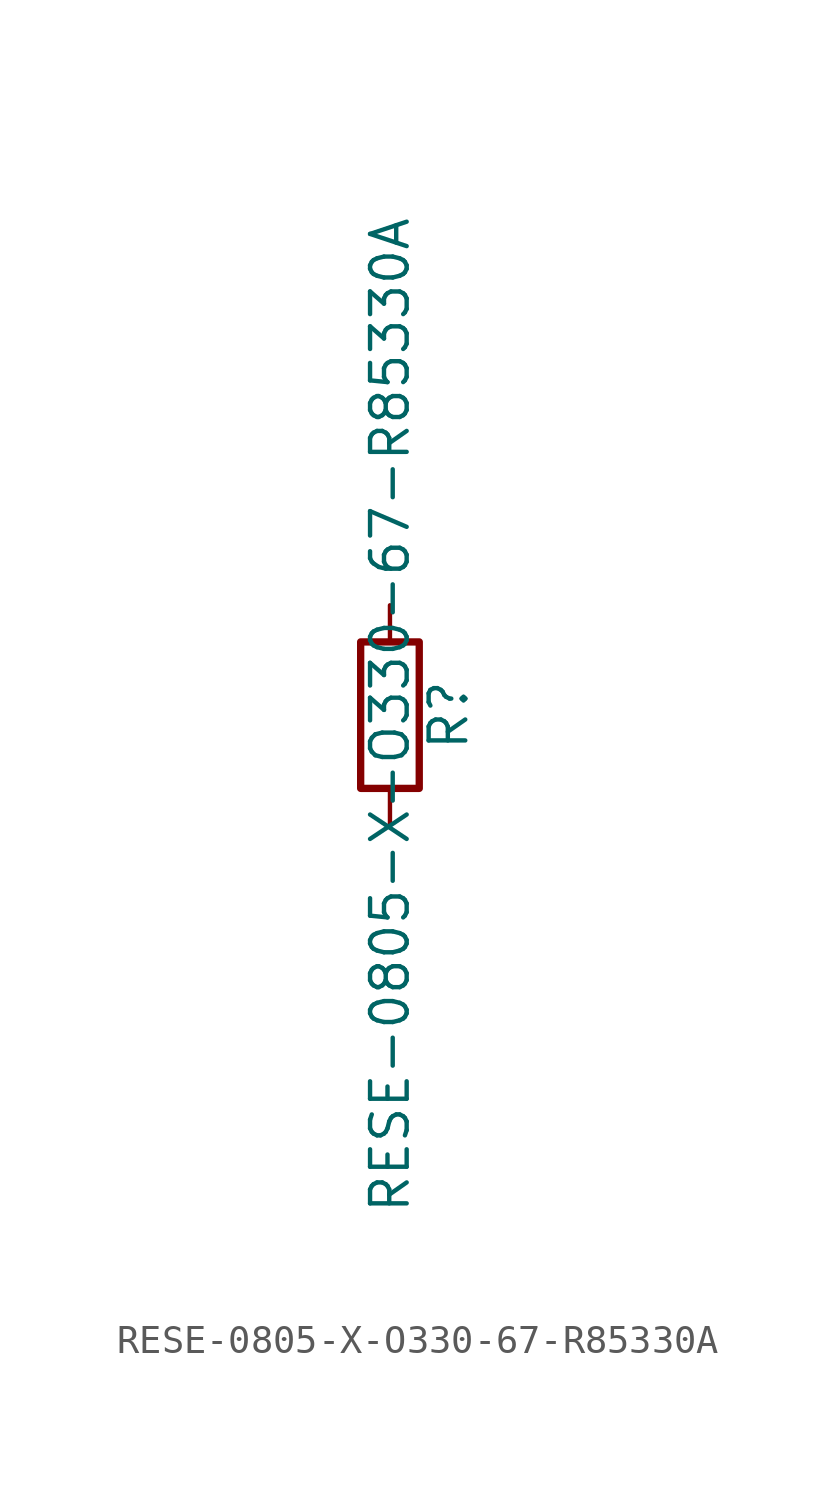
<source format=kicad_sym>
(kicad_symbol_lib
  (version 20211014)
  (generator kicad_symbol_editor)
  (symbol "RESE-0805-X-O330-67-R85330A"
    (pin_numbers hide)
    (pin_names
      (offset 0))
    (property "Reference" "R"
      (at 2.032 0 90)
      (effects (font (size 1.27 1.27))))
    (property "Value" "RESE-0805-X-O330-67-R85330A"
      (at 0 0 90)
      (effects (font (size 1.27 1.27))))
    (symbol "RESE-0805-X-O330-67-R85330A_0_1"
      (rectangle (start -1.016 -2.54) (end 1.016 2.54) (stroke (width 0.254) (type default) (color 0 0 0 0)) (fill (type none))))
    (symbol "RESE-0805-X-O330-67-R85330A_1_1"
      (pin passive line (at 0 3.81 270) (length 1.27) (name "~" (effects (font (size 1.27 1.27)))) (number "1" (effects (font (size 1.27 1.27)))))
      (pin passive line (at 0 -3.81 90) (length 1.27) (name "~" (effects (font (size 1.27 1.27)))) (number "2" (effects (font (size 1.27 1.27))))))))
</source>
